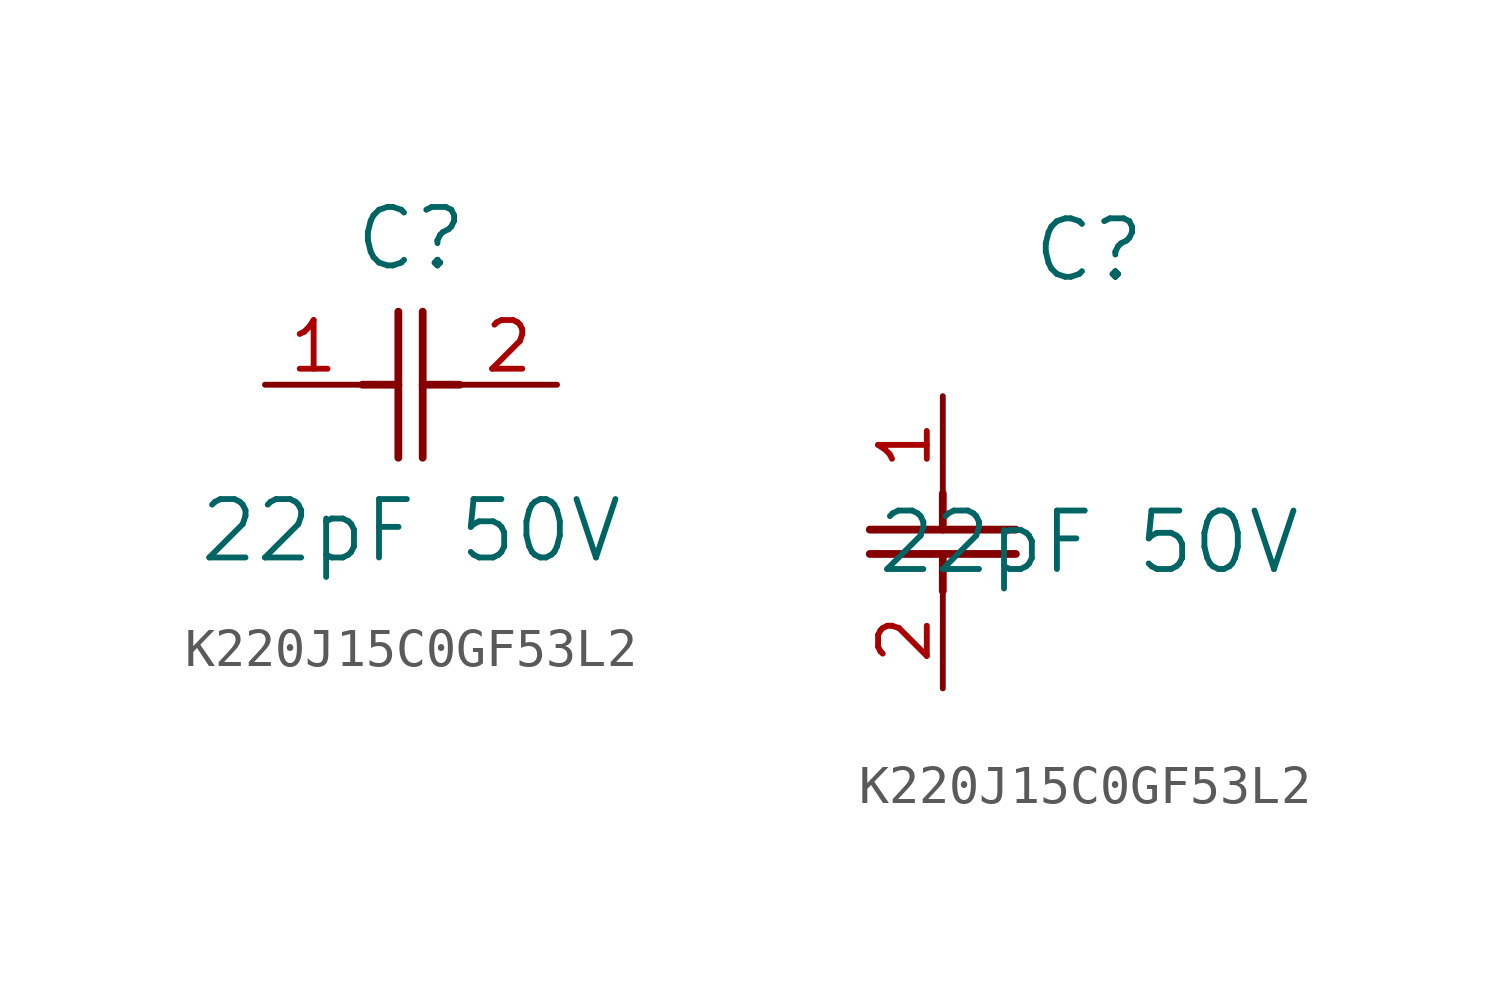
<source format=kicad_sym>
(kicad_symbol_lib
  (version 20211014)
  (generator kicad_symbol_editor)
  (symbol "K220J15C0GF53L2"
    (pin_names
      (offset 0.254))
    (property "Reference" "C"
      (at 3.81 3.81 0)
      (effects (font (size 1.524 1.524))))
    (property "Value" "22pF 50V"
      (at 3.81 -3.81 0)
      (effects (font (size 1.524 1.524))))
    (symbol "K220J15C0GF53L2_1_1"
      (polyline (pts (xy 3.48 -1.905) (xy 3.48 1.905)) (stroke (width 0.203) (type default) (color 0 0 0 0)) (fill (type none)))
      (polyline (pts (xy 4.115 -1.905) (xy 4.115 1.905)) (stroke (width 0.203) (type default) (color 0 0 0 0)) (fill (type none)))
      (polyline (pts (xy 4.115 0) (xy 5.08 0)) (stroke (width 0.203) (type default) (color 0 0 0 0)) (fill (type none)))
      (polyline (pts (xy 2.54 0) (xy 3.48 0)) (stroke (width 0.203) (type default) (color 0 0 0 0)) (fill (type none)))
      (pin unspecified line (at 0 0 0) (length 2.54) (name "" (effects (font (size 1.27 1.27)))) (number "1" (effects (font (size 1.27 1.27)))))
      (pin unspecified line (at 7.62 0 180) (length 2.54) (name "" (effects (font (size 1.27 1.27)))) (number "2" (effects (font (size 1.27 1.27))))))
    (symbol "K220J15C0GF53L2_1_2"
      (polyline (pts (xy -1.905 -3.48) (xy 1.905 -3.48)) (stroke (width 0.203) (type default) (color 0 0 0 0)) (fill (type none)))
      (polyline (pts (xy -1.905 -4.115) (xy 1.905 -4.115)) (stroke (width 0.203) (type default) (color 0 0 0 0)) (fill (type none)))
      (polyline (pts (xy 0 -4.115) (xy 0 -5.08)) (stroke (width 0.203) (type default) (color 0 0 0 0)) (fill (type none)))
      (polyline (pts (xy 0 -2.54) (xy 0 -3.48)) (stroke (width 0.203) (type default) (color 0 0 0 0)) (fill (type none)))
      (pin unspecified line (at 0 0 270) (length 2.54) (name "" (effects (font (size 1.27 1.27)))) (number "1" (effects (font (size 1.27 1.27)))))
      (pin unspecified line (at 0 -7.62 90) (length 2.54) (name "" (effects (font (size 1.27 1.27)))) (number "2" (effects (font (size 1.27 1.27))))))))
</source>
